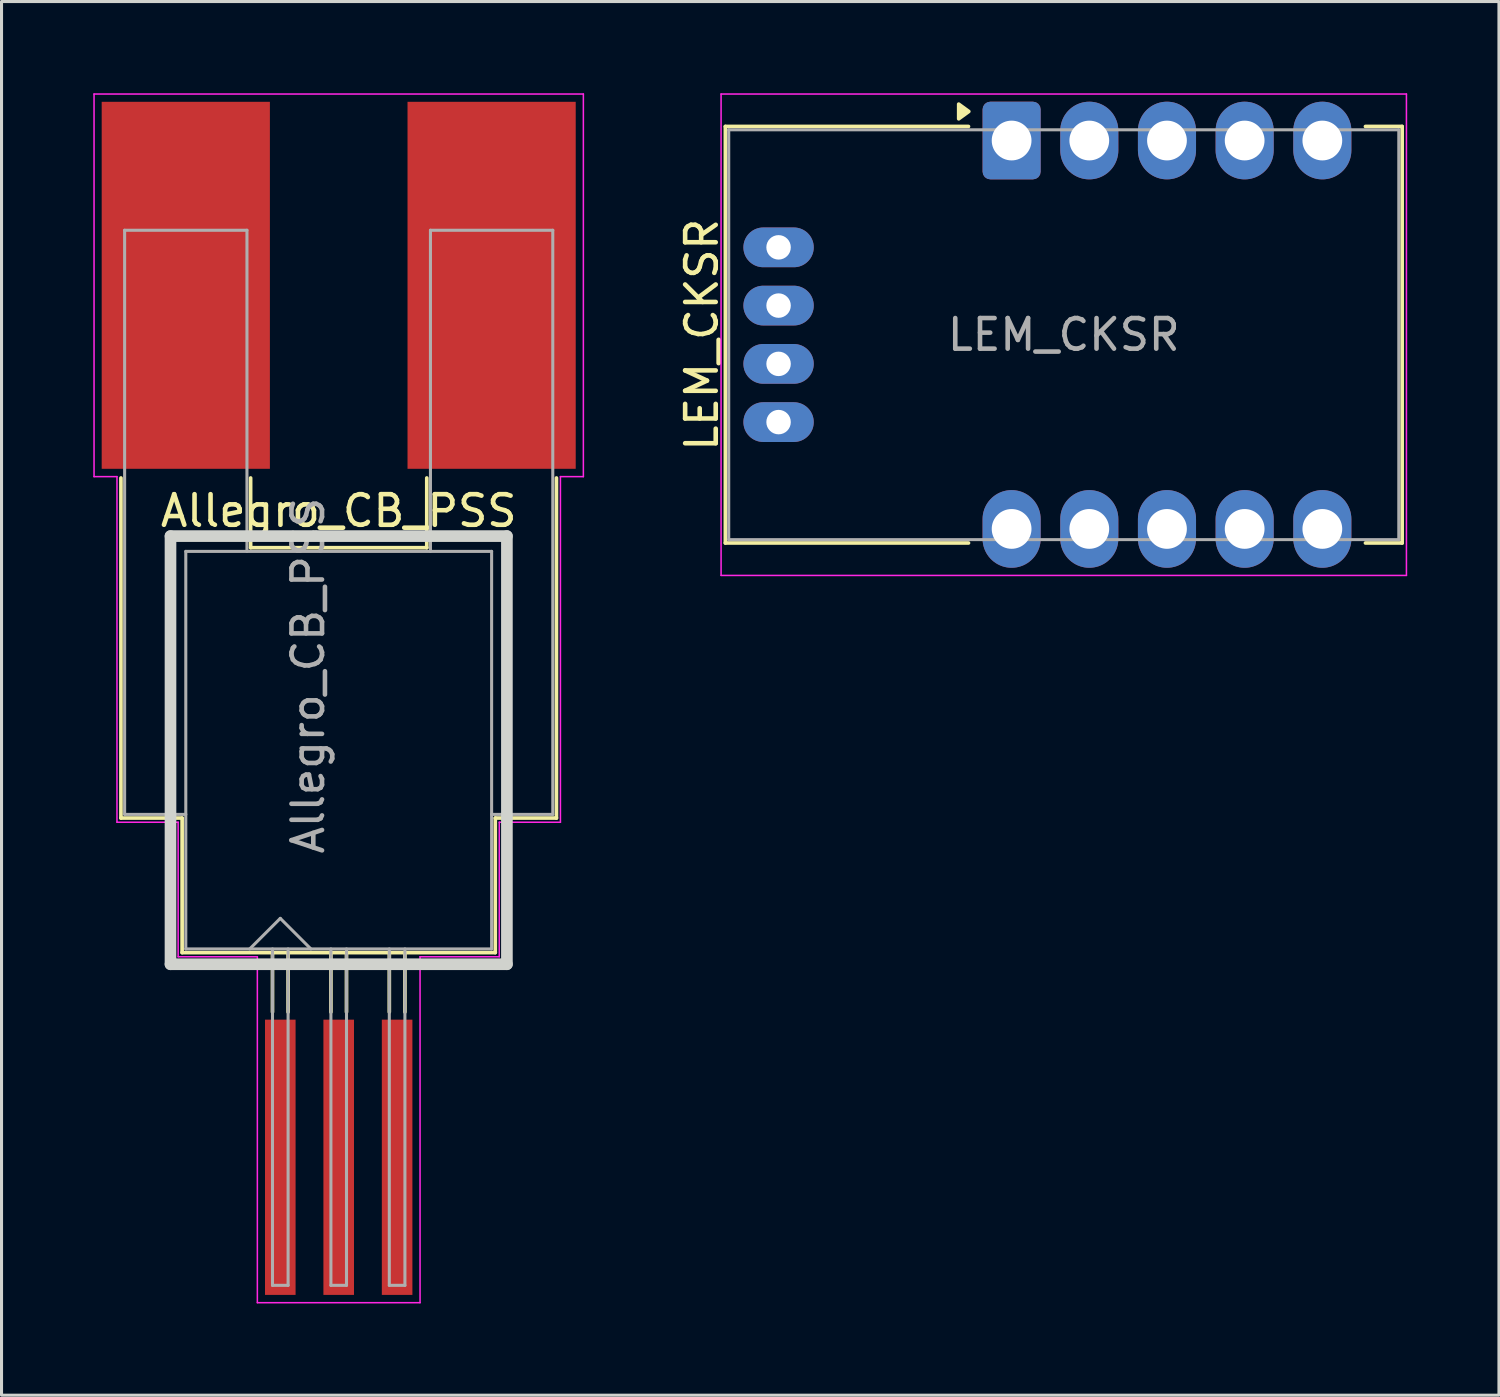
<source format=kicad_pcb>
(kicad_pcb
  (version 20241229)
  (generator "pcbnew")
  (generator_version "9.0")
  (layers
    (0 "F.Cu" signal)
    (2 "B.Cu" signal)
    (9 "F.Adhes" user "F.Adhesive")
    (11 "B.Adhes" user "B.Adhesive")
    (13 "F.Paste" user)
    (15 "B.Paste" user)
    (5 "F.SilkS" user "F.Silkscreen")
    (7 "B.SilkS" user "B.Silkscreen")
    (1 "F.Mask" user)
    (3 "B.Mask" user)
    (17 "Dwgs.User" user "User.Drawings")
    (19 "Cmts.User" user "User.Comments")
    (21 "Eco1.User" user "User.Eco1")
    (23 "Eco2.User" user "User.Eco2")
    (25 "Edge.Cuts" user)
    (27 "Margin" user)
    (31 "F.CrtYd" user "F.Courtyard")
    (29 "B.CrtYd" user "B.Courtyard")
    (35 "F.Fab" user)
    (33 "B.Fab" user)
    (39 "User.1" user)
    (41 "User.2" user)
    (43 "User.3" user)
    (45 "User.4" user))
  (footprint "Allegro_CB_PSS"
    (layer "F.Cu")
    (at 8.025 19.785)
    (property "Reference" "Allegro_CB_PSS" (at 0 -6.131 0) (layer "F.SilkS") (effects (font (size 1 1) (thickness 0.15))))
    (attr smd)
    (fp_line (start -7.12 3.914) (end -7.12 -7.206) (stroke (width 0.12) (type solid)) (layer "F.SilkS"))
    (fp_line (start -5.12 3.914) (end -7.12 3.914) (stroke (width 0.12) (type solid)) (layer "F.SilkS"))
    (fp_line (start -5.12 8.314) (end -5.12 3.914) (stroke (width 0.12) (type solid)) (layer "F.SilkS"))
    (fp_line (start -2.88 -4.926) (end -2.88 -7.206) (stroke (width 0.12) (type solid)) (layer "F.SilkS"))
    (fp_line (start -2.88 -4.926) (end 2.88 -4.926) (stroke (width 0.12) (type solid)) (layer "F.SilkS"))
    (fp_line (start -2.165 8.314) (end -2.165 10.256) (stroke (width 0.12) (type solid)) (layer "F.SilkS"))
    (fp_line (start -1.655 8.314) (end -1.655 10.256) (stroke (width 0.12) (type solid)) (layer "F.SilkS"))
    (fp_line (start -0.255 8.314) (end -0.255 10.256) (stroke (width 0.12) (type solid)) (layer "F.SilkS"))
    (fp_line (start 0.255 8.314) (end 0.255 10.256) (stroke (width 0.12) (type solid)) (layer "F.SilkS"))
    (fp_line (start 1.655 8.314) (end 1.655 10.256) (stroke (width 0.12) (type solid)) (layer "F.SilkS"))
    (fp_line (start 2.165 8.314) (end 2.165 10.256) (stroke (width 0.12) (type solid)) (layer "F.SilkS"))
    (fp_line (start 2.88 -4.926) (end 2.88 -7.206) (stroke (width 0.12) (type solid)) (layer "F.SilkS"))
    (fp_line (start 5.12 3.914) (end 7.12 3.914) (stroke (width 0.12) (type solid)) (layer "F.SilkS"))
    (fp_line (start 5.12 8.314) (end -5.12 8.314) (stroke (width 0.12) (type solid)) (layer "F.SilkS"))
    (fp_line (start 5.12 8.314) (end 5.12 3.914) (stroke (width 0.12) (type solid)) (layer "F.SilkS"))
    (fp_line (start 7.12 3.914) (end 7.12 -7.206) (stroke (width 0.12) (type solid)) (layer "F.SilkS"))
    (fp_line (start -5.5 -5.306) (end 5.5 -5.306) (stroke (width 0.381) (type solid)) (layer "Edge.Cuts"))
    (fp_line (start -5.5 8.694) (end -5.5 -5.306) (stroke (width 0.381) (type solid)) (layer "Edge.Cuts"))
    (fp_line (start 5.5 -5.306) (end 5.5 8.694) (stroke (width 0.381) (type solid)) (layer "Edge.Cuts"))
    (fp_line (start 5.5 8.694) (end -5.5 8.694) (stroke (width 0.381) (type solid)) (layer "Edge.Cuts"))
    (fp_line (start -8 -19.76) (end 8 -19.76) (stroke (width 0.05) (type solid)) (layer "F.CrtYd"))
    (fp_line (start -8 -7.25) (end -8 -19.76) (stroke (width 0.05) (type solid)) (layer "F.CrtYd"))
    (fp_line (start -8 -7.25) (end -7.25 -7.25) (stroke (width 0.05) (type solid)) (layer "F.CrtYd"))
    (fp_line (start -7.25 4.05) (end -7.25 -7.25) (stroke (width 0.05) (type solid)) (layer "F.CrtYd"))
    (fp_line (start -5.25 4.05) (end -7.25 4.05) (stroke (width 0.05) (type solid)) (layer "F.CrtYd"))
    (fp_line (start -5.25 4.05) (end -5.25 8.45) (stroke (width 0.05) (type solid)) (layer "F.CrtYd"))
    (fp_line (start -2.66 8.45) (end -5.25 8.45) (stroke (width 0.05) (type solid)) (layer "F.CrtYd"))
    (fp_line (start -2.66 8.45) (end -2.66 19.76) (stroke (width 0.05) (type solid)) (layer "F.CrtYd"))
    (fp_line (start 2.66 8.45) (end 2.66 19.76) (stroke (width 0.05) (type solid)) (layer "F.CrtYd"))
    (fp_line (start 2.66 8.45) (end 5.25 8.45) (stroke (width 0.05) (type solid)) (layer "F.CrtYd"))
    (fp_line (start 2.66 19.76) (end -2.66 19.76) (stroke (width 0.05) (type solid)) (layer "F.CrtYd"))
    (fp_line (start 5.25 4.05) (end 5.25 8.45) (stroke (width 0.05) (type solid)) (layer "F.CrtYd"))
    (fp_line (start 5.25 4.05) (end 7.25 4.05) (stroke (width 0.05) (type solid)) (layer "F.CrtYd"))
    (fp_line (start 7.25 -7.25) (end 8 -7.25) (stroke (width 0.05) (type solid)) (layer "F.CrtYd"))
    (fp_line (start 7.25 4.05) (end 7.25 -7.25) (stroke (width 0.05) (type solid)) (layer "F.CrtYd"))
    (fp_line (start 8 -19.76) (end 8 -7.25) (stroke (width 0.05) (type solid)) (layer "F.CrtYd"))
    (fp_line (start -7 -15.306) (end -3 -15.306) (stroke (width 0.1) (type solid)) (layer "F.Fab"))
    (fp_line (start -7 3.794) (end -7 -15.306) (stroke (width 0.1) (type solid)) (layer "F.Fab"))
    (fp_line (start -7 3.794) (end -5 3.794) (stroke (width 0.1) (type solid)) (layer "F.Fab"))
    (fp_line (start -5 -4.806) (end -5 8.194) (stroke (width 0.1) (type solid)) (layer "F.Fab"))
    (fp_line (start -5 -4.806) (end 5 -4.806) (stroke (width 0.1) (type solid)) (layer "F.Fab"))
    (fp_line (start -3 -4.806) (end -3 -15.306) (stroke (width 0.1) (type solid)) (layer "F.Fab"))
    (fp_line (start -2.165 8.194) (end -2.165 19.194) (stroke (width 0.1) (type solid)) (layer "F.Fab"))
    (fp_line (start -1.91 7.194) (end -2.91 8.194) (stroke (width 0.1) (type solid)) (layer "F.Fab"))
    (fp_line (start -1.91 7.194) (end -0.91 8.194) (stroke (width 0.1) (type solid)) (layer "F.Fab"))
    (fp_line (start -1.655 8.194) (end -1.655 19.194) (stroke (width 0.1) (type solid)) (layer "F.Fab"))
    (fp_line (start -1.655 19.194) (end -2.165 19.194) (stroke (width 0.1) (type solid)) (layer "F.Fab"))
    (fp_line (start -0.255 8.194) (end -0.255 19.194) (stroke (width 0.1) (type solid)) (layer "F.Fab"))
    (fp_line (start 0.255 8.194) (end 0.255 19.194) (stroke (width 0.1) (type solid)) (layer "F.Fab"))
    (fp_line (start 0.255 19.194) (end -0.255 19.194) (stroke (width 0.1) (type solid)) (layer "F.Fab"))
    (fp_line (start 1.655 8.194) (end 1.655 19.194) (stroke (width 0.1) (type solid)) (layer "F.Fab"))
    (fp_line (start 2.165 8.194) (end 2.165 19.194) (stroke (width 0.1) (type solid)) (layer "F.Fab"))
    (fp_line (start 2.165 19.194) (end 1.655 19.194) (stroke (width 0.1) (type solid)) (layer "F.Fab"))
    (fp_line (start 3 -4.806) (end 3 -15.306) (stroke (width 0.1) (type solid)) (layer "F.Fab"))
    (fp_line (start 5 -4.806) (end 5 8.194) (stroke (width 0.1) (type solid)) (layer "F.Fab"))
    (fp_line (start 5 3.794) (end 7 3.794) (stroke (width 0.1) (type solid)) (layer "F.Fab"))
    (fp_line (start 5 8.194) (end -5 8.194) (stroke (width 0.1) (type solid)) (layer "F.Fab"))
    (fp_line (start 7 -15.306) (end 3 -15.306) (stroke (width 0.1) (type solid)) (layer "F.Fab"))
    (fp_line (start 7 3.794) (end 7 -15.306) (stroke (width 0.1) (type solid)) (layer "F.Fab"))
    (fp_text user "${REFERENCE}" (at -1 -0.744 90) (layer "F.Fab") (effects (font (size 1 1) (thickness 0.15))))
    (pad "1" smd rect (at -1.91 15.006) (size 1 9) (layers "F.Cu" "F.Mask" "F.Paste"))
    (pad "2" smd rect (at 0 15.006) (size 1 9) (layers "F.Cu" "F.Mask" "F.Paste"))
    (pad "3" smd rect (at 1.91 15.006) (size 1 9) (layers "F.Cu" "F.Mask" "F.Paste"))
    (pad "4" smd rect (at 5 -13.506) (size 5.5 12) (layers "F.Cu" "F.Mask" "F.Paste"))
    (pad "5" smd rect (at -5 -13.506) (size 5.5 12) (layers "F.Cu" "F.Mask" "F.Paste")))
  (footprint "LEM_CKSR"
    (layer "F.Cu")
    (at 30.028 1.545)
    (property "Reference" "LEM_CKSR" (at -10.13 6.35 270) (layer "F.SilkS") (effects (font (size 1 1) (thickness 0.15))))
    (attr through_hole)
    (fp_line (start -9.36 -0.46) (end -9.36 13.16) (stroke (width 0.12) (type solid)) (layer "F.SilkS"))
    (fp_line (start -9.36 -0.46) (end -1.41 -0.46) (stroke (width 0.12) (type solid)) (layer "F.SilkS"))
    (fp_line (start -9.36 13.16) (end -1.41 13.16) (stroke (width 0.12) (type solid)) (layer "F.SilkS"))
    (fp_line (start 12.77 -0.46) (end 11.57 -0.46) (stroke (width 0.12) (type solid)) (layer "F.SilkS"))
    (fp_line (start 12.77 -0.46) (end 12.77 13.16) (stroke (width 0.12) (type solid)) (layer "F.SilkS"))
    (fp_line (start 12.77 13.16) (end 11.57 13.16) (stroke (width 0.12) (type solid)) (layer "F.SilkS"))
    (fp_poly (pts (xy -1.4 -0.95) (xy -1.73 -0.71) (xy -1.73 -1.19) (xy -1.4 -0.95)) (stroke (width 0.12) (type solid)) (fill yes) (layer "F.SilkS"))
    (fp_line (start -9.5 -1.52) (end 12.91 -1.52) (stroke (width 0.05) (type solid)) (layer "F.CrtYd"))
    (fp_line (start -9.5 14.22) (end -9.5 -1.52) (stroke (width 0.05) (type solid)) (layer "F.CrtYd"))
    (fp_line (start 12.91 -1.52) (end 12.91 14.22) (stroke (width 0.05) (type solid)) (layer "F.CrtYd"))
    (fp_line (start 12.91 14.22) (end -9.5 14.22) (stroke (width 0.05) (type solid)) (layer "F.CrtYd"))
    (fp_line (start -9.25 -0.35) (end -9.25 13.05) (stroke (width 0.1) (type solid)) (layer "F.Fab"))
    (fp_line (start -0.5 -0.35) (end 0 0.21) (stroke (width 0.1) (type solid)) (layer "F.Fab"))
    (fp_line (start 0 0.21) (end 0.5 -0.35) (stroke (width 0.1) (type solid)) (layer "F.Fab"))
    (fp_line (start 12.66 -0.35) (end -9.25 -0.35) (stroke (width 0.1) (type solid)) (layer "F.Fab"))
    (fp_line (start 12.66 13.05) (end -9.25 13.05) (stroke (width 0.1) (type solid)) (layer "F.Fab"))
    (fp_line (start 12.66 13.05) (end 12.66 -0.35) (stroke (width 0.1) (type solid)) (layer "F.Fab"))
    (fp_text user "${REFERENCE}" (at 1.705 6.35 180) (layer "F.Fab") (effects (font (size 1 1) (thickness 0.15))))
    (pad "1" thru_hole roundrect (at 0 0 180) (size 1.9 2.54) (drill 1.3) (layers "*.Cu" "*.Mask") (roundrect_rratio 0.132))
    (pad "2" thru_hole oval (at 2.54 0 180) (size 1.9 2.54) (drill 1.3) (layers "*.Cu" "*.Mask"))
    (pad "3" thru_hole oval (at 5.08 0 180) (size 1.9 2.54) (drill 1.3) (layers "*.Cu" "*.Mask"))
    (pad "4" thru_hole oval (at 7.62 0 180) (size 1.9 2.54) (drill 1.3) (layers "*.Cu" "*.Mask"))
    (pad "5" thru_hole oval (at 10.16 0 180) (size 1.9 2.54) (drill 1.3) (layers "*.Cu" "*.Mask"))
    (pad "6" thru_hole oval (at 10.16 12.7 180) (size 1.9 2.54) (drill 1.3) (layers "*.Cu" "*.Mask"))
    (pad "7" thru_hole oval (at 7.62 12.7 180) (size 1.9 2.54) (drill 1.3) (layers "*.Cu" "*.Mask"))
    (pad "8" thru_hole oval (at 5.08 12.7 180) (size 1.9 2.54) (drill 1.3) (layers "*.Cu" "*.Mask"))
    (pad "9" thru_hole oval (at 2.54 12.7 180) (size 1.9 2.54) (drill 1.3) (layers "*.Cu" "*.Mask"))
    (pad "10" thru_hole oval (at 0 12.7 180) (size 1.9 2.54) (drill 1.3) (layers "*.Cu" "*.Mask"))
    (pad "11" thru_hole oval (at -7.62 9.207 180) (size 2.3 1.3) (drill 0.8) (layers "*.Cu" "*.Mask"))
    (pad "12" thru_hole oval (at -7.62 7.303 180) (size 2.3 1.3) (drill 0.8) (layers "*.Cu" "*.Mask"))
    (pad "13" thru_hole oval (at -7.62 5.397 180) (size 2.3 1.3) (drill 0.8) (layers "*.Cu" "*.Mask"))
    (pad "14" thru_hole oval (at -7.62 3.493 180) (size 2.3 1.3) (drill 0.8) (layers "*.Cu" "*.Mask")))
  (gr_rect
    (start -3 -3)
    (end 45.963 42.57)
    (stroke (width 0.1) (type default))
    (fill no)
    (layer "Edge.Cuts")))
</source>
